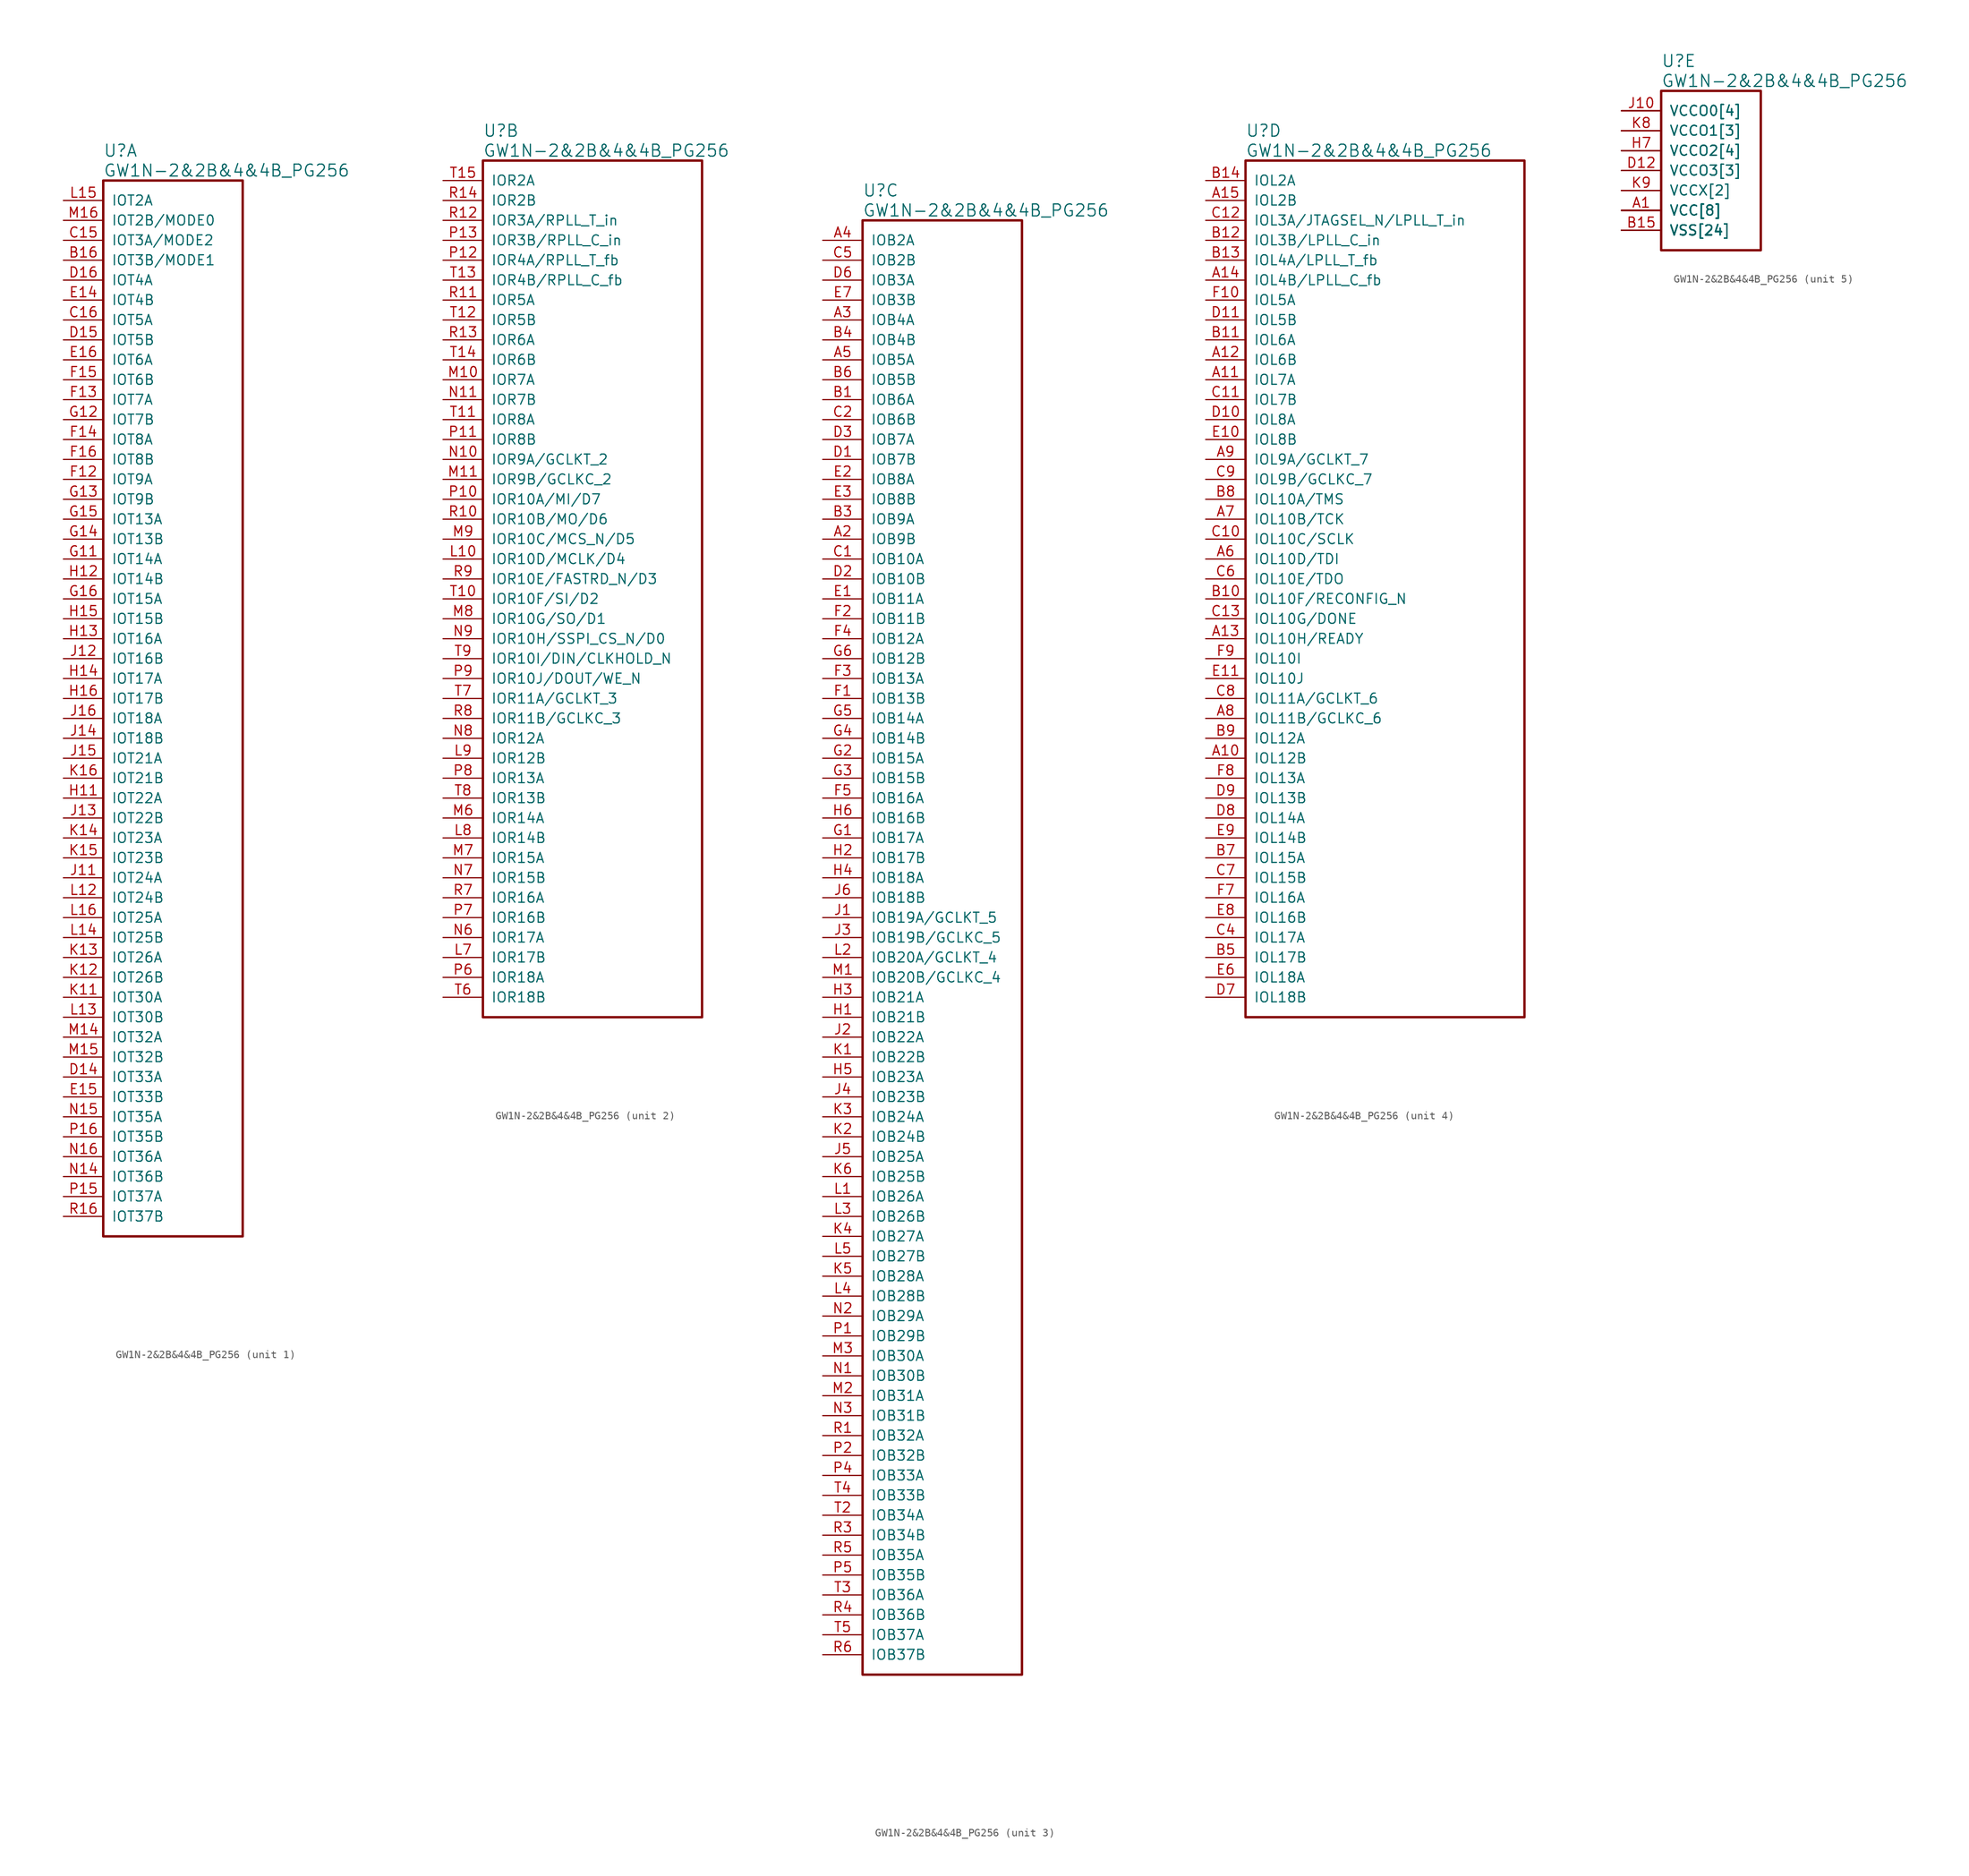
<source format=kicad_sym>
(kicad_symbol_lib
  (version 20211014)
  (generator kicad_symbol_editor)
  (symbol "GW1N-2&2B&4&4B_PG256"
    (pin_names
      (offset 1.016))
    (property "Reference" "U"
      (at 5.08 6.35 0)
      (effects (font (size 1.524 1.524)) (justify left)))
    (property "Value" "GW1N-2&2B&4&4B_PG256"
      (at 5.08 3.81 0)
      (effects (font (size 1.524 1.524)) (justify left)))
    (property "ki_locked" ""
      (at 0 0 0)
      (effects (font (size 1.27 1.27))))
    (symbol "GW1N-2&2B&4&4B_PG256_1_1"
      (rectangle (start 5.08 2.54) (end 22.86 -132.08) (stroke (width 0.305) (type default) (color 0 0 0 0)) (fill (type none)))
      (pin bidirectional line (at 0 -7.62 0) (length 5.08) (name "IOT3B/MODE1" (effects (font (size 1.27 1.27)))) (number "B16" (effects (font (size 1.27 1.27)))))
      (pin bidirectional line (at 0 -5.08 0) (length 5.08) (name "IOT3A/MODE2" (effects (font (size 1.27 1.27)))) (number "C15" (effects (font (size 1.27 1.27)))))
      (pin bidirectional line (at 0 -15.24 0) (length 5.08) (name "IOT5A" (effects (font (size 1.27 1.27)))) (number "C16" (effects (font (size 1.27 1.27)))))
      (pin bidirectional line (at 0 -111.76 0) (length 5.08) (name "IOT33A" (effects (font (size 1.27 1.27)))) (number "D14" (effects (font (size 1.27 1.27)))))
      (pin bidirectional line (at 0 -17.78 0) (length 5.08) (name "IOT5B" (effects (font (size 1.27 1.27)))) (number "D15" (effects (font (size 1.27 1.27)))))
      (pin bidirectional line (at 0 -10.16 0) (length 5.08) (name "IOT4A" (effects (font (size 1.27 1.27)))) (number "D16" (effects (font (size 1.27 1.27)))))
      (pin bidirectional line (at 0 -12.7 0) (length 5.08) (name "IOT4B" (effects (font (size 1.27 1.27)))) (number "E14" (effects (font (size 1.27 1.27)))))
      (pin bidirectional line (at 0 -114.3 0) (length 5.08) (name "IOT33B" (effects (font (size 1.27 1.27)))) (number "E15" (effects (font (size 1.27 1.27)))))
      (pin bidirectional line (at 0 -20.32 0) (length 5.08) (name "IOT6A" (effects (font (size 1.27 1.27)))) (number "E16" (effects (font (size 1.27 1.27)))))
      (pin bidirectional line (at 0 -35.56 0) (length 5.08) (name "IOT9A" (effects (font (size 1.27 1.27)))) (number "F12" (effects (font (size 1.27 1.27)))))
      (pin bidirectional line (at 0 -25.4 0) (length 5.08) (name "IOT7A" (effects (font (size 1.27 1.27)))) (number "F13" (effects (font (size 1.27 1.27)))))
      (pin bidirectional line (at 0 -30.48 0) (length 5.08) (name "IOT8A" (effects (font (size 1.27 1.27)))) (number "F14" (effects (font (size 1.27 1.27)))))
      (pin bidirectional line (at 0 -22.86 0) (length 5.08) (name "IOT6B" (effects (font (size 1.27 1.27)))) (number "F15" (effects (font (size 1.27 1.27)))))
      (pin bidirectional line (at 0 -33.02 0) (length 5.08) (name "IOT8B" (effects (font (size 1.27 1.27)))) (number "F16" (effects (font (size 1.27 1.27)))))
      (pin bidirectional line (at 0 -45.72 0) (length 5.08) (name "IOT14A" (effects (font (size 1.27 1.27)))) (number "G11" (effects (font (size 1.27 1.27)))))
      (pin bidirectional line (at 0 -27.94 0) (length 5.08) (name "IOT7B" (effects (font (size 1.27 1.27)))) (number "G12" (effects (font (size 1.27 1.27)))))
      (pin bidirectional line (at 0 -38.1 0) (length 5.08) (name "IOT9B" (effects (font (size 1.27 1.27)))) (number "G13" (effects (font (size 1.27 1.27)))))
      (pin bidirectional line (at 0 -43.18 0) (length 5.08) (name "IOT13B" (effects (font (size 1.27 1.27)))) (number "G14" (effects (font (size 1.27 1.27)))))
      (pin bidirectional line (at 0 -40.64 0) (length 5.08) (name "IOT13A" (effects (font (size 1.27 1.27)))) (number "G15" (effects (font (size 1.27 1.27)))))
      (pin bidirectional line (at 0 -50.8 0) (length 5.08) (name "IOT15A" (effects (font (size 1.27 1.27)))) (number "G16" (effects (font (size 1.27 1.27)))))
      (pin bidirectional line (at 0 -76.2 0) (length 5.08) (name "IOT22A" (effects (font (size 1.27 1.27)))) (number "H11" (effects (font (size 1.27 1.27)))))
      (pin bidirectional line (at 0 -48.26 0) (length 5.08) (name "IOT14B" (effects (font (size 1.27 1.27)))) (number "H12" (effects (font (size 1.27 1.27)))))
      (pin bidirectional line (at 0 -55.88 0) (length 5.08) (name "IOT16A" (effects (font (size 1.27 1.27)))) (number "H13" (effects (font (size 1.27 1.27)))))
      (pin bidirectional line (at 0 -60.96 0) (length 5.08) (name "IOT17A" (effects (font (size 1.27 1.27)))) (number "H14" (effects (font (size 1.27 1.27)))))
      (pin bidirectional line (at 0 -53.34 0) (length 5.08) (name "IOT15B" (effects (font (size 1.27 1.27)))) (number "H15" (effects (font (size 1.27 1.27)))))
      (pin bidirectional line (at 0 -63.5 0) (length 5.08) (name "IOT17B" (effects (font (size 1.27 1.27)))) (number "H16" (effects (font (size 1.27 1.27)))))
      (pin bidirectional line (at 0 -86.36 0) (length 5.08) (name "IOT24A" (effects (font (size 1.27 1.27)))) (number "J11" (effects (font (size 1.27 1.27)))))
      (pin bidirectional line (at 0 -58.42 0) (length 5.08) (name "IOT16B" (effects (font (size 1.27 1.27)))) (number "J12" (effects (font (size 1.27 1.27)))))
      (pin bidirectional line (at 0 -78.74 0) (length 5.08) (name "IOT22B" (effects (font (size 1.27 1.27)))) (number "J13" (effects (font (size 1.27 1.27)))))
      (pin bidirectional line (at 0 -68.58 0) (length 5.08) (name "IOT18B" (effects (font (size 1.27 1.27)))) (number "J14" (effects (font (size 1.27 1.27)))))
      (pin bidirectional line (at 0 -71.12 0) (length 5.08) (name "IOT21A" (effects (font (size 1.27 1.27)))) (number "J15" (effects (font (size 1.27 1.27)))))
      (pin bidirectional line (at 0 -66.04 0) (length 5.08) (name "IOT18A" (effects (font (size 1.27 1.27)))) (number "J16" (effects (font (size 1.27 1.27)))))
      (pin bidirectional line (at 0 -101.6 0) (length 5.08) (name "IOT30A" (effects (font (size 1.27 1.27)))) (number "K11" (effects (font (size 1.27 1.27)))))
      (pin bidirectional line (at 0 -99.06 0) (length 5.08) (name "IOT26B" (effects (font (size 1.27 1.27)))) (number "K12" (effects (font (size 1.27 1.27)))))
      (pin bidirectional line (at 0 -96.52 0) (length 5.08) (name "IOT26A" (effects (font (size 1.27 1.27)))) (number "K13" (effects (font (size 1.27 1.27)))))
      (pin bidirectional line (at 0 -81.28 0) (length 5.08) (name "IOT23A" (effects (font (size 1.27 1.27)))) (number "K14" (effects (font (size 1.27 1.27)))))
      (pin bidirectional line (at 0 -83.82 0) (length 5.08) (name "IOT23B" (effects (font (size 1.27 1.27)))) (number "K15" (effects (font (size 1.27 1.27)))))
      (pin bidirectional line (at 0 -73.66 0) (length 5.08) (name "IOT21B" (effects (font (size 1.27 1.27)))) (number "K16" (effects (font (size 1.27 1.27)))))
      (pin bidirectional line (at 0 -88.9 0) (length 5.08) (name "IOT24B" (effects (font (size 1.27 1.27)))) (number "L12" (effects (font (size 1.27 1.27)))))
      (pin bidirectional line (at 0 -104.14 0) (length 5.08) (name "IOT30B" (effects (font (size 1.27 1.27)))) (number "L13" (effects (font (size 1.27 1.27)))))
      (pin bidirectional line (at 0 -93.98 0) (length 5.08) (name "IOT25B" (effects (font (size 1.27 1.27)))) (number "L14" (effects (font (size 1.27 1.27)))))
      (pin bidirectional line (at 0 0 0) (length 5.08) (name "IOT2A" (effects (font (size 1.27 1.27)))) (number "L15" (effects (font (size 1.27 1.27)))))
      (pin bidirectional line (at 0 -91.44 0) (length 5.08) (name "IOT25A" (effects (font (size 1.27 1.27)))) (number "L16" (effects (font (size 1.27 1.27)))))
      (pin bidirectional line (at 0 -106.68 0) (length 5.08) (name "IOT32A" (effects (font (size 1.27 1.27)))) (number "M14" (effects (font (size 1.27 1.27)))))
      (pin bidirectional line (at 0 -109.22 0) (length 5.08) (name "IOT32B" (effects (font (size 1.27 1.27)))) (number "M15" (effects (font (size 1.27 1.27)))))
      (pin bidirectional line (at 0 -2.54 0) (length 5.08) (name "IOT2B/MODE0" (effects (font (size 1.27 1.27)))) (number "M16" (effects (font (size 1.27 1.27)))))
      (pin bidirectional line (at 0 -124.46 0) (length 5.08) (name "IOT36B" (effects (font (size 1.27 1.27)))) (number "N14" (effects (font (size 1.27 1.27)))))
      (pin bidirectional line (at 0 -116.84 0) (length 5.08) (name "IOT35A" (effects (font (size 1.27 1.27)))) (number "N15" (effects (font (size 1.27 1.27)))))
      (pin bidirectional line (at 0 -121.92 0) (length 5.08) (name "IOT36A" (effects (font (size 1.27 1.27)))) (number "N16" (effects (font (size 1.27 1.27)))))
      (pin bidirectional line (at 0 -127 0) (length 5.08) (name "IOT37A" (effects (font (size 1.27 1.27)))) (number "P15" (effects (font (size 1.27 1.27)))))
      (pin bidirectional line (at 0 -119.38 0) (length 5.08) (name "IOT35B" (effects (font (size 1.27 1.27)))) (number "P16" (effects (font (size 1.27 1.27)))))
      (pin bidirectional line (at 0 -129.54 0) (length 5.08) (name "IOT37B" (effects (font (size 1.27 1.27)))) (number "R16" (effects (font (size 1.27 1.27))))))
    (symbol "GW1N-2&2B&4&4B_PG256_2_1"
      (rectangle (start 5.08 2.54) (end 33.02 -106.68) (stroke (width 0.305) (type default) (color 0 0 0 0)) (fill (type none)))
      (pin bidirectional line (at 0 -48.26 0) (length 5.08) (name "IOR10D/MCLK/D4" (effects (font (size 1.27 1.27)))) (number "L10" (effects (font (size 1.27 1.27)))))
      (pin bidirectional line (at 0 -99.06 0) (length 5.08) (name "IOR17B" (effects (font (size 1.27 1.27)))) (number "L7" (effects (font (size 1.27 1.27)))))
      (pin bidirectional line (at 0 -83.82 0) (length 5.08) (name "IOR14B" (effects (font (size 1.27 1.27)))) (number "L8" (effects (font (size 1.27 1.27)))))
      (pin bidirectional line (at 0 -73.66 0) (length 5.08) (name "IOR12B" (effects (font (size 1.27 1.27)))) (number "L9" (effects (font (size 1.27 1.27)))))
      (pin bidirectional line (at 0 -25.4 0) (length 5.08) (name "IOR7A" (effects (font (size 1.27 1.27)))) (number "M10" (effects (font (size 1.27 1.27)))))
      (pin bidirectional line (at 0 -38.1 0) (length 5.08) (name "IOR9B/GCLKC_2" (effects (font (size 1.27 1.27)))) (number "M11" (effects (font (size 1.27 1.27)))))
      (pin bidirectional line (at 0 -81.28 0) (length 5.08) (name "IOR14A" (effects (font (size 1.27 1.27)))) (number "M6" (effects (font (size 1.27 1.27)))))
      (pin bidirectional line (at 0 -86.36 0) (length 5.08) (name "IOR15A" (effects (font (size 1.27 1.27)))) (number "M7" (effects (font (size 1.27 1.27)))))
      (pin bidirectional line (at 0 -55.88 0) (length 5.08) (name "IOR10G/SO/D1" (effects (font (size 1.27 1.27)))) (number "M8" (effects (font (size 1.27 1.27)))))
      (pin bidirectional line (at 0 -45.72 0) (length 5.08) (name "IOR10C/MCS_N/D5" (effects (font (size 1.27 1.27)))) (number "M9" (effects (font (size 1.27 1.27)))))
      (pin bidirectional line (at 0 -35.56 0) (length 5.08) (name "IOR9A/GCLKT_2" (effects (font (size 1.27 1.27)))) (number "N10" (effects (font (size 1.27 1.27)))))
      (pin bidirectional line (at 0 -27.94 0) (length 5.08) (name "IOR7B" (effects (font (size 1.27 1.27)))) (number "N11" (effects (font (size 1.27 1.27)))))
      (pin bidirectional line (at 0 -96.52 0) (length 5.08) (name "IOR17A" (effects (font (size 1.27 1.27)))) (number "N6" (effects (font (size 1.27 1.27)))))
      (pin bidirectional line (at 0 -88.9 0) (length 5.08) (name "IOR15B" (effects (font (size 1.27 1.27)))) (number "N7" (effects (font (size 1.27 1.27)))))
      (pin bidirectional line (at 0 -71.12 0) (length 5.08) (name "IOR12A" (effects (font (size 1.27 1.27)))) (number "N8" (effects (font (size 1.27 1.27)))))
      (pin bidirectional line (at 0 -58.42 0) (length 5.08) (name "IOR10H/SSPI_CS_N/D0" (effects (font (size 1.27 1.27)))) (number "N9" (effects (font (size 1.27 1.27)))))
      (pin bidirectional line (at 0 -40.64 0) (length 5.08) (name "IOR10A/MI/D7" (effects (font (size 1.27 1.27)))) (number "P10" (effects (font (size 1.27 1.27)))))
      (pin bidirectional line (at 0 -33.02 0) (length 5.08) (name "IOR8B" (effects (font (size 1.27 1.27)))) (number "P11" (effects (font (size 1.27 1.27)))))
      (pin bidirectional line (at 0 -10.16 0) (length 5.08) (name "IOR4A/RPLL_T_fb" (effects (font (size 1.27 1.27)))) (number "P12" (effects (font (size 1.27 1.27)))))
      (pin bidirectional line (at 0 -7.62 0) (length 5.08) (name "IOR3B/RPLL_C_in" (effects (font (size 1.27 1.27)))) (number "P13" (effects (font (size 1.27 1.27)))))
      (pin bidirectional line (at 0 -101.6 0) (length 5.08) (name "IOR18A" (effects (font (size 1.27 1.27)))) (number "P6" (effects (font (size 1.27 1.27)))))
      (pin bidirectional line (at 0 -93.98 0) (length 5.08) (name "IOR16B" (effects (font (size 1.27 1.27)))) (number "P7" (effects (font (size 1.27 1.27)))))
      (pin bidirectional line (at 0 -76.2 0) (length 5.08) (name "IOR13A" (effects (font (size 1.27 1.27)))) (number "P8" (effects (font (size 1.27 1.27)))))
      (pin bidirectional line (at 0 -63.5 0) (length 5.08) (name "IOR10J/DOUT/WE_N" (effects (font (size 1.27 1.27)))) (number "P9" (effects (font (size 1.27 1.27)))))
      (pin bidirectional line (at 0 -43.18 0) (length 5.08) (name "IOR10B/MO/D6" (effects (font (size 1.27 1.27)))) (number "R10" (effects (font (size 1.27 1.27)))))
      (pin bidirectional line (at 0 -15.24 0) (length 5.08) (name "IOR5A" (effects (font (size 1.27 1.27)))) (number "R11" (effects (font (size 1.27 1.27)))))
      (pin bidirectional line (at 0 -5.08 0) (length 5.08) (name "IOR3A/RPLL_T_in" (effects (font (size 1.27 1.27)))) (number "R12" (effects (font (size 1.27 1.27)))))
      (pin bidirectional line (at 0 -20.32 0) (length 5.08) (name "IOR6A" (effects (font (size 1.27 1.27)))) (number "R13" (effects (font (size 1.27 1.27)))))
      (pin bidirectional line (at 0 -2.54 0) (length 5.08) (name "IOR2B" (effects (font (size 1.27 1.27)))) (number "R14" (effects (font (size 1.27 1.27)))))
      (pin bidirectional line (at 0 -91.44 0) (length 5.08) (name "IOR16A" (effects (font (size 1.27 1.27)))) (number "R7" (effects (font (size 1.27 1.27)))))
      (pin bidirectional line (at 0 -68.58 0) (length 5.08) (name "IOR11B/GCLKC_3" (effects (font (size 1.27 1.27)))) (number "R8" (effects (font (size 1.27 1.27)))))
      (pin bidirectional line (at 0 -50.8 0) (length 5.08) (name "IOR10E/FASTRD_N/D3" (effects (font (size 1.27 1.27)))) (number "R9" (effects (font (size 1.27 1.27)))))
      (pin bidirectional line (at 0 -53.34 0) (length 5.08) (name "IOR10F/SI/D2" (effects (font (size 1.27 1.27)))) (number "T10" (effects (font (size 1.27 1.27)))))
      (pin bidirectional line (at 0 -30.48 0) (length 5.08) (name "IOR8A" (effects (font (size 1.27 1.27)))) (number "T11" (effects (font (size 1.27 1.27)))))
      (pin bidirectional line (at 0 -17.78 0) (length 5.08) (name "IOR5B" (effects (font (size 1.27 1.27)))) (number "T12" (effects (font (size 1.27 1.27)))))
      (pin bidirectional line (at 0 -12.7 0) (length 5.08) (name "IOR4B/RPLL_C_fb" (effects (font (size 1.27 1.27)))) (number "T13" (effects (font (size 1.27 1.27)))))
      (pin bidirectional line (at 0 -22.86 0) (length 5.08) (name "IOR6B" (effects (font (size 1.27 1.27)))) (number "T14" (effects (font (size 1.27 1.27)))))
      (pin bidirectional line (at 0 0 0) (length 5.08) (name "IOR2A" (effects (font (size 1.27 1.27)))) (number "T15" (effects (font (size 1.27 1.27)))))
      (pin bidirectional line (at 0 -104.14 0) (length 5.08) (name "IOR18B" (effects (font (size 1.27 1.27)))) (number "T6" (effects (font (size 1.27 1.27)))))
      (pin bidirectional line (at 0 -66.04 0) (length 5.08) (name "IOR11A/GCLKT_3" (effects (font (size 1.27 1.27)))) (number "T7" (effects (font (size 1.27 1.27)))))
      (pin bidirectional line (at 0 -78.74 0) (length 5.08) (name "IOR13B" (effects (font (size 1.27 1.27)))) (number "T8" (effects (font (size 1.27 1.27)))))
      (pin bidirectional line (at 0 -60.96 0) (length 5.08) (name "IOR10I/DIN/CLKHOLD_N" (effects (font (size 1.27 1.27)))) (number "T9" (effects (font (size 1.27 1.27))))))
    (symbol "GW1N-2&2B&4&4B_PG256_3_1"
      (rectangle (start 5.08 2.54) (end 25.4 -182.88) (stroke (width 0.305) (type default) (color 0 0 0 0)) (fill (type none)))
      (pin bidirectional line (at 0 -38.1 0) (length 5.08) (name "IOB9B" (effects (font (size 1.27 1.27)))) (number "A2" (effects (font (size 1.27 1.27)))))
      (pin bidirectional line (at 0 -10.16 0) (length 5.08) (name "IOB4A" (effects (font (size 1.27 1.27)))) (number "A3" (effects (font (size 1.27 1.27)))))
      (pin bidirectional line (at 0 0 0) (length 5.08) (name "IOB2A" (effects (font (size 1.27 1.27)))) (number "A4" (effects (font (size 1.27 1.27)))))
      (pin bidirectional line (at 0 -15.24 0) (length 5.08) (name "IOB5A" (effects (font (size 1.27 1.27)))) (number "A5" (effects (font (size 1.27 1.27)))))
      (pin bidirectional line (at 0 -20.32 0) (length 5.08) (name "IOB6A" (effects (font (size 1.27 1.27)))) (number "B1" (effects (font (size 1.27 1.27)))))
      (pin bidirectional line (at 0 -35.56 0) (length 5.08) (name "IOB9A" (effects (font (size 1.27 1.27)))) (number "B3" (effects (font (size 1.27 1.27)))))
      (pin bidirectional line (at 0 -12.7 0) (length 5.08) (name "IOB4B" (effects (font (size 1.27 1.27)))) (number "B4" (effects (font (size 1.27 1.27)))))
      (pin bidirectional line (at 0 -17.78 0) (length 5.08) (name "IOB5B" (effects (font (size 1.27 1.27)))) (number "B6" (effects (font (size 1.27 1.27)))))
      (pin bidirectional line (at 0 -40.64 0) (length 5.08) (name "IOB10A" (effects (font (size 1.27 1.27)))) (number "C1" (effects (font (size 1.27 1.27)))))
      (pin bidirectional line (at 0 -22.86 0) (length 5.08) (name "IOB6B" (effects (font (size 1.27 1.27)))) (number "C2" (effects (font (size 1.27 1.27)))))
      (pin bidirectional line (at 0 -2.54 0) (length 5.08) (name "IOB2B" (effects (font (size 1.27 1.27)))) (number "C5" (effects (font (size 1.27 1.27)))))
      (pin bidirectional line (at 0 -27.94 0) (length 5.08) (name "IOB7B" (effects (font (size 1.27 1.27)))) (number "D1" (effects (font (size 1.27 1.27)))))
      (pin bidirectional line (at 0 -43.18 0) (length 5.08) (name "IOB10B" (effects (font (size 1.27 1.27)))) (number "D2" (effects (font (size 1.27 1.27)))))
      (pin bidirectional line (at 0 -25.4 0) (length 5.08) (name "IOB7A" (effects (font (size 1.27 1.27)))) (number "D3" (effects (font (size 1.27 1.27)))))
      (pin bidirectional line (at 0 -5.08 0) (length 5.08) (name "IOB3A" (effects (font (size 1.27 1.27)))) (number "D6" (effects (font (size 1.27 1.27)))))
      (pin bidirectional line (at 0 -45.72 0) (length 5.08) (name "IOB11A" (effects (font (size 1.27 1.27)))) (number "E1" (effects (font (size 1.27 1.27)))))
      (pin bidirectional line (at 0 -30.48 0) (length 5.08) (name "IOB8A" (effects (font (size 1.27 1.27)))) (number "E2" (effects (font (size 1.27 1.27)))))
      (pin bidirectional line (at 0 -33.02 0) (length 5.08) (name "IOB8B" (effects (font (size 1.27 1.27)))) (number "E3" (effects (font (size 1.27 1.27)))))
      (pin bidirectional line (at 0 -7.62 0) (length 5.08) (name "IOB3B" (effects (font (size 1.27 1.27)))) (number "E7" (effects (font (size 1.27 1.27)))))
      (pin bidirectional line (at 0 -58.42 0) (length 5.08) (name "IOB13B" (effects (font (size 1.27 1.27)))) (number "F1" (effects (font (size 1.27 1.27)))))
      (pin bidirectional line (at 0 -48.26 0) (length 5.08) (name "IOB11B" (effects (font (size 1.27 1.27)))) (number "F2" (effects (font (size 1.27 1.27)))))
      (pin bidirectional line (at 0 -55.88 0) (length 5.08) (name "IOB13A" (effects (font (size 1.27 1.27)))) (number "F3" (effects (font (size 1.27 1.27)))))
      (pin bidirectional line (at 0 -50.8 0) (length 5.08) (name "IOB12A" (effects (font (size 1.27 1.27)))) (number "F4" (effects (font (size 1.27 1.27)))))
      (pin bidirectional line (at 0 -71.12 0) (length 5.08) (name "IOB16A" (effects (font (size 1.27 1.27)))) (number "F5" (effects (font (size 1.27 1.27)))))
      (pin bidirectional line (at 0 -76.2 0) (length 5.08) (name "IOB17A" (effects (font (size 1.27 1.27)))) (number "G1" (effects (font (size 1.27 1.27)))))
      (pin bidirectional line (at 0 -66.04 0) (length 5.08) (name "IOB15A" (effects (font (size 1.27 1.27)))) (number "G2" (effects (font (size 1.27 1.27)))))
      (pin bidirectional line (at 0 -68.58 0) (length 5.08) (name "IOB15B" (effects (font (size 1.27 1.27)))) (number "G3" (effects (font (size 1.27 1.27)))))
      (pin bidirectional line (at 0 -63.5 0) (length 5.08) (name "IOB14B" (effects (font (size 1.27 1.27)))) (number "G4" (effects (font (size 1.27 1.27)))))
      (pin bidirectional line (at 0 -60.96 0) (length 5.08) (name "IOB14A" (effects (font (size 1.27 1.27)))) (number "G5" (effects (font (size 1.27 1.27)))))
      (pin bidirectional line (at 0 -53.34 0) (length 5.08) (name "IOB12B" (effects (font (size 1.27 1.27)))) (number "G6" (effects (font (size 1.27 1.27)))))
      (pin bidirectional line (at 0 -99.06 0) (length 5.08) (name "IOB21B" (effects (font (size 1.27 1.27)))) (number "H1" (effects (font (size 1.27 1.27)))))
      (pin bidirectional line (at 0 -78.74 0) (length 5.08) (name "IOB17B" (effects (font (size 1.27 1.27)))) (number "H2" (effects (font (size 1.27 1.27)))))
      (pin bidirectional line (at 0 -96.52 0) (length 5.08) (name "IOB21A" (effects (font (size 1.27 1.27)))) (number "H3" (effects (font (size 1.27 1.27)))))
      (pin bidirectional line (at 0 -81.28 0) (length 5.08) (name "IOB18A" (effects (font (size 1.27 1.27)))) (number "H4" (effects (font (size 1.27 1.27)))))
      (pin bidirectional line (at 0 -106.68 0) (length 5.08) (name "IOB23A" (effects (font (size 1.27 1.27)))) (number "H5" (effects (font (size 1.27 1.27)))))
      (pin bidirectional line (at 0 -73.66 0) (length 5.08) (name "IOB16B" (effects (font (size 1.27 1.27)))) (number "H6" (effects (font (size 1.27 1.27)))))
      (pin bidirectional line (at 0 -86.36 0) (length 5.08) (name "IOB19A/GCLKT_5" (effects (font (size 1.27 1.27)))) (number "J1" (effects (font (size 1.27 1.27)))))
      (pin bidirectional line (at 0 -101.6 0) (length 5.08) (name "IOB22A" (effects (font (size 1.27 1.27)))) (number "J2" (effects (font (size 1.27 1.27)))))
      (pin bidirectional line (at 0 -88.9 0) (length 5.08) (name "IOB19B/GCLKC_5" (effects (font (size 1.27 1.27)))) (number "J3" (effects (font (size 1.27 1.27)))))
      (pin bidirectional line (at 0 -109.22 0) (length 5.08) (name "IOB23B" (effects (font (size 1.27 1.27)))) (number "J4" (effects (font (size 1.27 1.27)))))
      (pin bidirectional line (at 0 -116.84 0) (length 5.08) (name "IOB25A" (effects (font (size 1.27 1.27)))) (number "J5" (effects (font (size 1.27 1.27)))))
      (pin bidirectional line (at 0 -83.82 0) (length 5.08) (name "IOB18B" (effects (font (size 1.27 1.27)))) (number "J6" (effects (font (size 1.27 1.27)))))
      (pin bidirectional line (at 0 -104.14 0) (length 5.08) (name "IOB22B" (effects (font (size 1.27 1.27)))) (number "K1" (effects (font (size 1.27 1.27)))))
      (pin bidirectional line (at 0 -114.3 0) (length 5.08) (name "IOB24B" (effects (font (size 1.27 1.27)))) (number "K2" (effects (font (size 1.27 1.27)))))
      (pin bidirectional line (at 0 -111.76 0) (length 5.08) (name "IOB24A" (effects (font (size 1.27 1.27)))) (number "K3" (effects (font (size 1.27 1.27)))))
      (pin bidirectional line (at 0 -127 0) (length 5.08) (name "IOB27A" (effects (font (size 1.27 1.27)))) (number "K4" (effects (font (size 1.27 1.27)))))
      (pin bidirectional line (at 0 -132.08 0) (length 5.08) (name "IOB28A" (effects (font (size 1.27 1.27)))) (number "K5" (effects (font (size 1.27 1.27)))))
      (pin bidirectional line (at 0 -119.38 0) (length 5.08) (name "IOB25B" (effects (font (size 1.27 1.27)))) (number "K6" (effects (font (size 1.27 1.27)))))
      (pin bidirectional line (at 0 -121.92 0) (length 5.08) (name "IOB26A" (effects (font (size 1.27 1.27)))) (number "L1" (effects (font (size 1.27 1.27)))))
      (pin bidirectional line (at 0 -91.44 0) (length 5.08) (name "IOB20A/GCLKT_4" (effects (font (size 1.27 1.27)))) (number "L2" (effects (font (size 1.27 1.27)))))
      (pin bidirectional line (at 0 -124.46 0) (length 5.08) (name "IOB26B" (effects (font (size 1.27 1.27)))) (number "L3" (effects (font (size 1.27 1.27)))))
      (pin bidirectional line (at 0 -134.62 0) (length 5.08) (name "IOB28B" (effects (font (size 1.27 1.27)))) (number "L4" (effects (font (size 1.27 1.27)))))
      (pin bidirectional line (at 0 -129.54 0) (length 5.08) (name "IOB27B" (effects (font (size 1.27 1.27)))) (number "L5" (effects (font (size 1.27 1.27)))))
      (pin bidirectional line (at 0 -93.98 0) (length 5.08) (name "IOB20B/GCLKC_4" (effects (font (size 1.27 1.27)))) (number "M1" (effects (font (size 1.27 1.27)))))
      (pin bidirectional line (at 0 -147.32 0) (length 5.08) (name "IOB31A" (effects (font (size 1.27 1.27)))) (number "M2" (effects (font (size 1.27 1.27)))))
      (pin bidirectional line (at 0 -142.24 0) (length 5.08) (name "IOB30A" (effects (font (size 1.27 1.27)))) (number "M3" (effects (font (size 1.27 1.27)))))
      (pin bidirectional line (at 0 -144.78 0) (length 5.08) (name "IOB30B" (effects (font (size 1.27 1.27)))) (number "N1" (effects (font (size 1.27 1.27)))))
      (pin bidirectional line (at 0 -137.16 0) (length 5.08) (name "IOB29A" (effects (font (size 1.27 1.27)))) (number "N2" (effects (font (size 1.27 1.27)))))
      (pin bidirectional line (at 0 -149.86 0) (length 5.08) (name "IOB31B" (effects (font (size 1.27 1.27)))) (number "N3" (effects (font (size 1.27 1.27)))))
      (pin bidirectional line (at 0 -139.7 0) (length 5.08) (name "IOB29B" (effects (font (size 1.27 1.27)))) (number "P1" (effects (font (size 1.27 1.27)))))
      (pin bidirectional line (at 0 -154.94 0) (length 5.08) (name "IOB32B" (effects (font (size 1.27 1.27)))) (number "P2" (effects (font (size 1.27 1.27)))))
      (pin bidirectional line (at 0 -157.48 0) (length 5.08) (name "IOB33A" (effects (font (size 1.27 1.27)))) (number "P4" (effects (font (size 1.27 1.27)))))
      (pin bidirectional line (at 0 -170.18 0) (length 5.08) (name "IOB35B" (effects (font (size 1.27 1.27)))) (number "P5" (effects (font (size 1.27 1.27)))))
      (pin bidirectional line (at 0 -152.4 0) (length 5.08) (name "IOB32A" (effects (font (size 1.27 1.27)))) (number "R1" (effects (font (size 1.27 1.27)))))
      (pin bidirectional line (at 0 -165.1 0) (length 5.08) (name "IOB34B" (effects (font (size 1.27 1.27)))) (number "R3" (effects (font (size 1.27 1.27)))))
      (pin bidirectional line (at 0 -175.26 0) (length 5.08) (name "IOB36B" (effects (font (size 1.27 1.27)))) (number "R4" (effects (font (size 1.27 1.27)))))
      (pin bidirectional line (at 0 -167.64 0) (length 5.08) (name "IOB35A" (effects (font (size 1.27 1.27)))) (number "R5" (effects (font (size 1.27 1.27)))))
      (pin bidirectional line (at 0 -180.34 0) (length 5.08) (name "IOB37B" (effects (font (size 1.27 1.27)))) (number "R6" (effects (font (size 1.27 1.27)))))
      (pin bidirectional line (at 0 -162.56 0) (length 5.08) (name "IOB34A" (effects (font (size 1.27 1.27)))) (number "T2" (effects (font (size 1.27 1.27)))))
      (pin bidirectional line (at 0 -172.72 0) (length 5.08) (name "IOB36A" (effects (font (size 1.27 1.27)))) (number "T3" (effects (font (size 1.27 1.27)))))
      (pin bidirectional line (at 0 -160.02 0) (length 5.08) (name "IOB33B" (effects (font (size 1.27 1.27)))) (number "T4" (effects (font (size 1.27 1.27)))))
      (pin bidirectional line (at 0 -177.8 0) (length 5.08) (name "IOB37A" (effects (font (size 1.27 1.27)))) (number "T5" (effects (font (size 1.27 1.27))))))
    (symbol "GW1N-2&2B&4&4B_PG256_4_1"
      (rectangle (start 5.08 2.54) (end 40.64 -106.68) (stroke (width 0.305) (type default) (color 0 0 0 0)) (fill (type none)))
      (pin bidirectional line (at 0 -73.66 0) (length 5.08) (name "IOL12B" (effects (font (size 1.27 1.27)))) (number "A10" (effects (font (size 1.27 1.27)))))
      (pin bidirectional line (at 0 -25.4 0) (length 5.08) (name "IOL7A" (effects (font (size 1.27 1.27)))) (number "A11" (effects (font (size 1.27 1.27)))))
      (pin bidirectional line (at 0 -22.86 0) (length 5.08) (name "IOL6B" (effects (font (size 1.27 1.27)))) (number "A12" (effects (font (size 1.27 1.27)))))
      (pin bidirectional line (at 0 -58.42 0) (length 5.08) (name "IOL10H/READY" (effects (font (size 1.27 1.27)))) (number "A13" (effects (font (size 1.27 1.27)))))
      (pin bidirectional line (at 0 -12.7 0) (length 5.08) (name "IOL4B/LPLL_C_fb" (effects (font (size 1.27 1.27)))) (number "A14" (effects (font (size 1.27 1.27)))))
      (pin bidirectional line (at 0 -2.54 0) (length 5.08) (name "IOL2B" (effects (font (size 1.27 1.27)))) (number "A15" (effects (font (size 1.27 1.27)))))
      (pin bidirectional line (at 0 -48.26 0) (length 5.08) (name "IOL10D/TDI" (effects (font (size 1.27 1.27)))) (number "A6" (effects (font (size 1.27 1.27)))))
      (pin bidirectional line (at 0 -43.18 0) (length 5.08) (name "IOL10B/TCK" (effects (font (size 1.27 1.27)))) (number "A7" (effects (font (size 1.27 1.27)))))
      (pin bidirectional line (at 0 -68.58 0) (length 5.08) (name "IOL11B/GCLKC_6" (effects (font (size 1.27 1.27)))) (number "A8" (effects (font (size 1.27 1.27)))))
      (pin bidirectional line (at 0 -35.56 0) (length 5.08) (name "IOL9A/GCLKT_7" (effects (font (size 1.27 1.27)))) (number "A9" (effects (font (size 1.27 1.27)))))
      (pin bidirectional line (at 0 -53.34 0) (length 5.08) (name "IOL10F/RECONFIG_N" (effects (font (size 1.27 1.27)))) (number "B10" (effects (font (size 1.27 1.27)))))
      (pin bidirectional line (at 0 -20.32 0) (length 5.08) (name "IOL6A" (effects (font (size 1.27 1.27)))) (number "B11" (effects (font (size 1.27 1.27)))))
      (pin bidirectional line (at 0 -7.62 0) (length 5.08) (name "IOL3B/LPLL_C_in" (effects (font (size 1.27 1.27)))) (number "B12" (effects (font (size 1.27 1.27)))))
      (pin bidirectional line (at 0 -10.16 0) (length 5.08) (name "IOL4A/LPLL_T_fb" (effects (font (size 1.27 1.27)))) (number "B13" (effects (font (size 1.27 1.27)))))
      (pin bidirectional line (at 0 0 0) (length 5.08) (name "IOL2A" (effects (font (size 1.27 1.27)))) (number "B14" (effects (font (size 1.27 1.27)))))
      (pin bidirectional line (at 0 -99.06 0) (length 5.08) (name "IOL17B" (effects (font (size 1.27 1.27)))) (number "B5" (effects (font (size 1.27 1.27)))))
      (pin bidirectional line (at 0 -86.36 0) (length 5.08) (name "IOL15A" (effects (font (size 1.27 1.27)))) (number "B7" (effects (font (size 1.27 1.27)))))
      (pin bidirectional line (at 0 -40.64 0) (length 5.08) (name "IOL10A/TMS" (effects (font (size 1.27 1.27)))) (number "B8" (effects (font (size 1.27 1.27)))))
      (pin bidirectional line (at 0 -71.12 0) (length 5.08) (name "IOL12A" (effects (font (size 1.27 1.27)))) (number "B9" (effects (font (size 1.27 1.27)))))
      (pin bidirectional line (at 0 -45.72 0) (length 5.08) (name "IOL10C/SCLK" (effects (font (size 1.27 1.27)))) (number "C10" (effects (font (size 1.27 1.27)))))
      (pin bidirectional line (at 0 -27.94 0) (length 5.08) (name "IOL7B" (effects (font (size 1.27 1.27)))) (number "C11" (effects (font (size 1.27 1.27)))))
      (pin bidirectional line (at 0 -5.08 0) (length 5.08) (name "IOL3A/JTAGSEL_N/LPLL_T_in" (effects (font (size 1.27 1.27)))) (number "C12" (effects (font (size 1.27 1.27)))))
      (pin bidirectional line (at 0 -55.88 0) (length 5.08) (name "IOL10G/DONE" (effects (font (size 1.27 1.27)))) (number "C13" (effects (font (size 1.27 1.27)))))
      (pin bidirectional line (at 0 -96.52 0) (length 5.08) (name "IOL17A" (effects (font (size 1.27 1.27)))) (number "C4" (effects (font (size 1.27 1.27)))))
      (pin bidirectional line (at 0 -50.8 0) (length 5.08) (name "IOL10E/TDO" (effects (font (size 1.27 1.27)))) (number "C6" (effects (font (size 1.27 1.27)))))
      (pin bidirectional line (at 0 -88.9 0) (length 5.08) (name "IOL15B" (effects (font (size 1.27 1.27)))) (number "C7" (effects (font (size 1.27 1.27)))))
      (pin bidirectional line (at 0 -66.04 0) (length 5.08) (name "IOL11A/GCLKT_6" (effects (font (size 1.27 1.27)))) (number "C8" (effects (font (size 1.27 1.27)))))
      (pin bidirectional line (at 0 -38.1 0) (length 5.08) (name "IOL9B/GCLKC_7" (effects (font (size 1.27 1.27)))) (number "C9" (effects (font (size 1.27 1.27)))))
      (pin bidirectional line (at 0 -30.48 0) (length 5.08) (name "IOL8A" (effects (font (size 1.27 1.27)))) (number "D10" (effects (font (size 1.27 1.27)))))
      (pin bidirectional line (at 0 -17.78 0) (length 5.08) (name "IOL5B" (effects (font (size 1.27 1.27)))) (number "D11" (effects (font (size 1.27 1.27)))))
      (pin bidirectional line (at 0 -104.14 0) (length 5.08) (name "IOL18B" (effects (font (size 1.27 1.27)))) (number "D7" (effects (font (size 1.27 1.27)))))
      (pin bidirectional line (at 0 -81.28 0) (length 5.08) (name "IOL14A" (effects (font (size 1.27 1.27)))) (number "D8" (effects (font (size 1.27 1.27)))))
      (pin bidirectional line (at 0 -78.74 0) (length 5.08) (name "IOL13B" (effects (font (size 1.27 1.27)))) (number "D9" (effects (font (size 1.27 1.27)))))
      (pin bidirectional line (at 0 -33.02 0) (length 5.08) (name "IOL8B" (effects (font (size 1.27 1.27)))) (number "E10" (effects (font (size 1.27 1.27)))))
      (pin bidirectional line (at 0 -63.5 0) (length 5.08) (name "IOL10J" (effects (font (size 1.27 1.27)))) (number "E11" (effects (font (size 1.27 1.27)))))
      (pin bidirectional line (at 0 -101.6 0) (length 5.08) (name "IOL18A" (effects (font (size 1.27 1.27)))) (number "E6" (effects (font (size 1.27 1.27)))))
      (pin bidirectional line (at 0 -93.98 0) (length 5.08) (name "IOL16B" (effects (font (size 1.27 1.27)))) (number "E8" (effects (font (size 1.27 1.27)))))
      (pin bidirectional line (at 0 -83.82 0) (length 5.08) (name "IOL14B" (effects (font (size 1.27 1.27)))) (number "E9" (effects (font (size 1.27 1.27)))))
      (pin bidirectional line (at 0 -15.24 0) (length 5.08) (name "IOL5A" (effects (font (size 1.27 1.27)))) (number "F10" (effects (font (size 1.27 1.27)))))
      (pin bidirectional line (at 0 -91.44 0) (length 5.08) (name "IOL16A" (effects (font (size 1.27 1.27)))) (number "F7" (effects (font (size 1.27 1.27)))))
      (pin bidirectional line (at 0 -76.2 0) (length 5.08) (name "IOL13A" (effects (font (size 1.27 1.27)))) (number "F8" (effects (font (size 1.27 1.27)))))
      (pin bidirectional line (at 0 -60.96 0) (length 5.08) (name "IOL10I" (effects (font (size 1.27 1.27)))) (number "F9" (effects (font (size 1.27 1.27))))))
    (symbol "GW1N-2&2B&4&4B_PG256_5_1"
      (rectangle (start 5.08 2.54) (end 17.78 -17.78) (stroke (width 0.305) (type default) (color 0 0 0 0)) (fill (type none)))
      (pin power_in line (at 0 -12.7 0) (length 5.08) (name "VCC[8]" (effects (font (size 1.27 1.27)))) (number "A1" (effects (font (size 1.27 1.27)))))
      (pin power_in line (at 0 -12.7 0) (length 5.08) (name "VCC[8]" (effects (font (size 1.27 1.27)))) (number "A16" (effects (font (size 0 0)))))
      (pin power_in line (at 0 -15.24 0) (length 5.08) (name "VSS[24]" (effects (font (size 1.27 1.27)))) (number "B15" (effects (font (size 1.27 1.27)))))
      (pin power_in line (at 0 -15.24 0) (length 5.08) (name "VSS[24]" (effects (font (size 1.27 1.27)))) (number "B2" (effects (font (size 0 0)))))
      (pin power_in line (at 0 -15.24 0) (length 5.08) (name "VSS[24]" (effects (font (size 1.27 1.27)))) (number "C14" (effects (font (size 0 0)))))
      (pin power_in line (at 0 -15.24 0) (length 5.08) (name "VSS[24]" (effects (font (size 1.27 1.27)))) (number "C3" (effects (font (size 0 0)))))
      (pin power_in line (at 0 -7.62 0) (length 5.08) (name "VCCO3[3]" (effects (font (size 1.27 1.27)))) (number "D12" (effects (font (size 1.27 1.27)))))
      (pin power_in line (at 0 -15.24 0) (length 5.08) (name "VSS[24]" (effects (font (size 1.27 1.27)))) (number "D13" (effects (font (size 0 0)))))
      (pin power_in line (at 0 -15.24 0) (length 5.08) (name "VSS[24]" (effects (font (size 1.27 1.27)))) (number "D4" (effects (font (size 0 0)))))
      (pin power_in line (at 0 -7.62 0) (length 5.08) (name "VCCO3[3]" (effects (font (size 1.27 1.27)))) (number "D5" (effects (font (size 0 0)))))
      (pin power_in line (at 0 -15.24 0) (length 5.08) (name "VSS[24]" (effects (font (size 1.27 1.27)))) (number "E12" (effects (font (size 0 0)))))
      (pin power_in line (at 0 0 0) (length 5.08) (name "VCCO0[4]" (effects (font (size 1.27 1.27)))) (number "E13" (effects (font (size 0 0)))))
      (pin power_in line (at 0 -5.08 0) (length 5.08) (name "VCCO2[4]" (effects (font (size 1.27 1.27)))) (number "E4" (effects (font (size 0 0)))))
      (pin power_in line (at 0 -15.24 0) (length 5.08) (name "VSS[24]" (effects (font (size 1.27 1.27)))) (number "E5" (effects (font (size 0 0)))))
      (pin power_in line (at 0 -15.24 0) (length 5.08) (name "VSS[24]" (effects (font (size 1.27 1.27)))) (number "F11" (effects (font (size 0 0)))))
      (pin power_in line (at 0 -15.24 0) (length 5.08) (name "VSS[24]" (effects (font (size 1.27 1.27)))) (number "F6" (effects (font (size 0 0)))))
      (pin power_in line (at 0 -12.7 0) (length 5.08) (name "VCC[8]" (effects (font (size 1.27 1.27)))) (number "G10" (effects (font (size 0 0)))))
      (pin power_in line (at 0 -12.7 0) (length 5.08) (name "VCC[8]" (effects (font (size 1.27 1.27)))) (number "G7" (effects (font (size 0 0)))))
      (pin power_in line (at 0 -10.16 0) (length 5.08) (name "VCCX[2]" (effects (font (size 1.27 1.27)))) (number "G8" (effects (font (size 0 0)))))
      (pin power_in line (at 0 -7.62 0) (length 5.08) (name "VCCO3[3]" (effects (font (size 1.27 1.27)))) (number "G9" (effects (font (size 0 0)))))
      (pin power_in line (at 0 0 0) (length 5.08) (name "VCCO0[4]" (effects (font (size 1.27 1.27)))) (number "H10" (effects (font (size 0 0)))))
      (pin power_in line (at 0 -5.08 0) (length 5.08) (name "VCCO2[4]" (effects (font (size 1.27 1.27)))) (number "H7" (effects (font (size 1.27 1.27)))))
      (pin power_in line (at 0 -15.24 0) (length 5.08) (name "VSS[24]" (effects (font (size 1.27 1.27)))) (number "H8" (effects (font (size 0 0)))))
      (pin power_in line (at 0 -15.24 0) (length 5.08) (name "VSS[24]" (effects (font (size 1.27 1.27)))) (number "H9" (effects (font (size 0 0)))))
      (pin power_in line (at 0 0 0) (length 5.08) (name "VCCO0[4]" (effects (font (size 1.27 1.27)))) (number "J10" (effects (font (size 1.27 1.27)))))
      (pin power_in line (at 0 -5.08 0) (length 5.08) (name "VCCO2[4]" (effects (font (size 1.27 1.27)))) (number "J7" (effects (font (size 0 0)))))
      (pin power_in line (at 0 -15.24 0) (length 5.08) (name "VSS[24]" (effects (font (size 1.27 1.27)))) (number "J8" (effects (font (size 0 0)))))
      (pin power_in line (at 0 -15.24 0) (length 5.08) (name "VSS[24]" (effects (font (size 1.27 1.27)))) (number "J9" (effects (font (size 0 0)))))
      (pin power_in line (at 0 -12.7 0) (length 5.08) (name "VCC[8]" (effects (font (size 1.27 1.27)))) (number "K10" (effects (font (size 0 0)))))
      (pin power_in line (at 0 -12.7 0) (length 5.08) (name "VCC[8]" (effects (font (size 1.27 1.27)))) (number "K7" (effects (font (size 0 0)))))
      (pin power_in line (at 0 -2.54 0) (length 5.08) (name "VCCO1[3]" (effects (font (size 1.27 1.27)))) (number "K8" (effects (font (size 1.27 1.27)))))
      (pin power_in line (at 0 -10.16 0) (length 5.08) (name "VCCX[2]" (effects (font (size 1.27 1.27)))) (number "K9" (effects (font (size 1.27 1.27)))))
      (pin power_in line (at 0 -15.24 0) (length 5.08) (name "VSS[24]" (effects (font (size 1.27 1.27)))) (number "L11" (effects (font (size 0 0)))))
      (pin power_in line (at 0 -15.24 0) (length 5.08) (name "VSS[24]" (effects (font (size 1.27 1.27)))) (number "L6" (effects (font (size 0 0)))))
      (pin power_in line (at 0 -15.24 0) (length 5.08) (name "VSS[24]" (effects (font (size 1.27 1.27)))) (number "M12" (effects (font (size 0 0)))))
      (pin power_in line (at 0 0 0) (length 5.08) (name "VCCO0[4]" (effects (font (size 1.27 1.27)))) (number "M13" (effects (font (size 0 0)))))
      (pin power_in line (at 0 -5.08 0) (length 5.08) (name "VCCO2[4]" (effects (font (size 1.27 1.27)))) (number "M4" (effects (font (size 0 0)))))
      (pin power_in line (at 0 -15.24 0) (length 5.08) (name "VSS[24]" (effects (font (size 1.27 1.27)))) (number "M5" (effects (font (size 0 0)))))
      (pin power_in line (at 0 -2.54 0) (length 5.08) (name "VCCO1[3]" (effects (font (size 1.27 1.27)))) (number "N12" (effects (font (size 0 0)))))
      (pin power_in line (at 0 -15.24 0) (length 5.08) (name "VSS[24]" (effects (font (size 1.27 1.27)))) (number "N13" (effects (font (size 0 0)))))
      (pin power_in line (at 0 -15.24 0) (length 5.08) (name "VSS[24]" (effects (font (size 1.27 1.27)))) (number "N4" (effects (font (size 0 0)))))
      (pin power_in line (at 0 -2.54 0) (length 5.08) (name "VCCO1[3]" (effects (font (size 1.27 1.27)))) (number "N5" (effects (font (size 0 0)))))
      (pin power_in line (at 0 -15.24 0) (length 5.08) (name "VSS[24]" (effects (font (size 1.27 1.27)))) (number "P14" (effects (font (size 0 0)))))
      (pin power_in line (at 0 -15.24 0) (length 5.08) (name "VSS[24]" (effects (font (size 1.27 1.27)))) (number "P3" (effects (font (size 0 0)))))
      (pin power_in line (at 0 -15.24 0) (length 5.08) (name "VSS[24]" (effects (font (size 1.27 1.27)))) (number "R15" (effects (font (size 0 0)))))
      (pin power_in line (at 0 -15.24 0) (length 5.08) (name "VSS[24]" (effects (font (size 1.27 1.27)))) (number "R2" (effects (font (size 0 0)))))
      (pin power_in line (at 0 -12.7 0) (length 5.08) (name "VCC[8]" (effects (font (size 1.27 1.27)))) (number "T1" (effects (font (size 0 0)))))
      (pin power_in line (at 0 -12.7 0) (length 5.08) (name "VCC[8]" (effects (font (size 1.27 1.27)))) (number "T16" (effects (font (size 0 0))))))))
</source>
